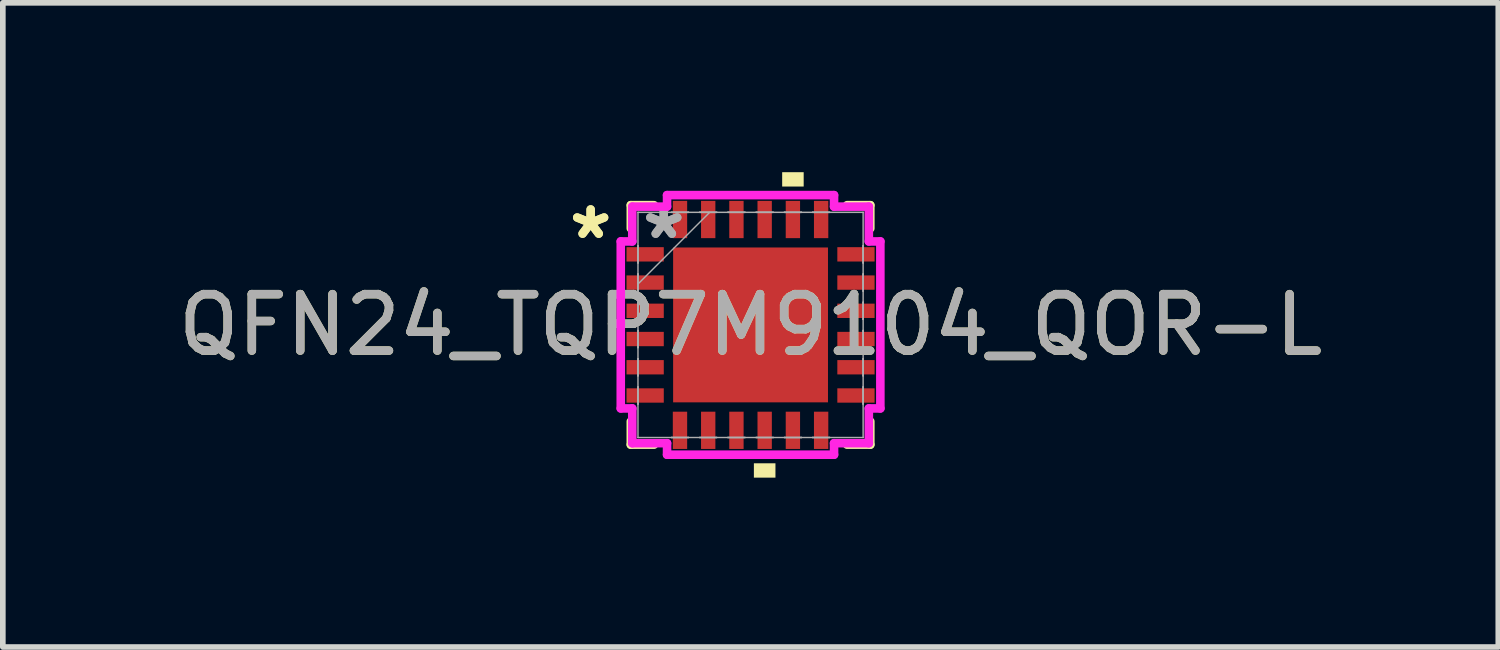
<source format=kicad_pcb>
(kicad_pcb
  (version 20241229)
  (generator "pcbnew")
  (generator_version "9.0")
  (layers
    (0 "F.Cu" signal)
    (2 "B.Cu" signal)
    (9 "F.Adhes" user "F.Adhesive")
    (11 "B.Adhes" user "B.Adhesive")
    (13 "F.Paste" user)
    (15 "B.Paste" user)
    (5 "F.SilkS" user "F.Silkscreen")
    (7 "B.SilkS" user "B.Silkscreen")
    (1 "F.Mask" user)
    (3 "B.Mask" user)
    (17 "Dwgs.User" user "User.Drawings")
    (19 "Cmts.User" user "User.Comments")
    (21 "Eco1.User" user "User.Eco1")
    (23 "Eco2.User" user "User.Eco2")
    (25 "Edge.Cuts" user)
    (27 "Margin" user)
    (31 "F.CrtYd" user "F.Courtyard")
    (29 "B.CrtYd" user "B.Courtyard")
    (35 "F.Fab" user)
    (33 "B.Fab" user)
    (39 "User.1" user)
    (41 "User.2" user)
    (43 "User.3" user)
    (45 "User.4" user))
  (footprint "QFN24_TQP7M9104_QOR-L"
    (layer "F.Cu")
    (at 10.244 2.705)
    (property "Reference" "QFN24_TQP7M9104_QOR-L" (at 0 0 0) (unlocked yes) (layer "F.SilkS") (effects (font (size 1 1) (thickness 0.15))))
    (attr smd)
    (fp_line (start -2.121 -2.121) (end -2.121 -1.71) (stroke (width 0.152) (type solid)) (layer "F.SilkS"))
    (fp_line (start -2.121 1.71) (end -2.121 2.121) (stroke (width 0.152) (type solid)) (layer "F.SilkS"))
    (fp_line (start -2.121 2.121) (end -1.71 2.121) (stroke (width 0.152) (type solid)) (layer "F.SilkS"))
    (fp_line (start -1.71 -2.121) (end -2.121 -2.121) (stroke (width 0.152) (type solid)) (layer "F.SilkS"))
    (fp_line (start 1.71 2.121) (end 2.121 2.121) (stroke (width 0.152) (type solid)) (layer "F.SilkS"))
    (fp_line (start 2.121 -2.121) (end 1.71 -2.121) (stroke (width 0.152) (type solid)) (layer "F.SilkS"))
    (fp_line (start 2.121 -1.71) (end 2.121 -2.121) (stroke (width 0.152) (type solid)) (layer "F.SilkS"))
    (fp_line (start 2.121 2.121) (end 2.121 1.71) (stroke (width 0.152) (type solid)) (layer "F.SilkS"))
    (fp_poly (pts (xy 0.059 2.451) (xy 0.059 2.705) (xy 0.441 2.705) (xy 0.441 2.451)) (stroke (width 0) (type solid)) (fill yes) (layer "F.SilkS"))
    (fp_poly (pts (xy 0.56 -2.451) (xy 0.56 -2.705) (xy 0.941 -2.705) (xy 0.941 -2.451)) (stroke (width 0) (type solid)) (fill yes) (layer "F.SilkS"))
    (fp_poly (pts (xy -1.272 -1.272) (xy -1.272 -0.1) (xy -0.1 -0.1) (xy -0.1 -1.272)) (stroke (width 0) (type solid)) (fill yes) (layer "F.Paste"))
    (fp_poly (pts (xy -1.272 0.1) (xy -1.272 1.272) (xy -0.1 1.272) (xy -0.1 0.1)) (stroke (width 0) (type solid)) (fill yes) (layer "F.Paste"))
    (fp_poly (pts (xy 0.1 -1.272) (xy 0.1 -0.1) (xy 1.272 -0.1) (xy 1.272 -1.272)) (stroke (width 0) (type solid)) (fill yes) (layer "F.Paste"))
    (fp_poly (pts (xy 0.1 0.1) (xy 0.1 1.272) (xy 1.272 1.272) (xy 1.272 0.1)) (stroke (width 0) (type solid)) (fill yes) (layer "F.Paste"))
    (fp_line (start -2.299 -1.479) (end -2.095 -1.479) (stroke (width 0.152) (type solid)) (layer "F.CrtYd"))
    (fp_line (start -2.299 1.479) (end -2.299 -1.479) (stroke (width 0.152) (type solid)) (layer "F.CrtYd"))
    (fp_line (start -2.095 -2.095) (end -1.479 -2.095) (stroke (width 0.152) (type solid)) (layer "F.CrtYd"))
    (fp_line (start -2.095 -1.479) (end -2.095 -2.095) (stroke (width 0.152) (type solid)) (layer "F.CrtYd"))
    (fp_line (start -2.095 1.479) (end -2.299 1.479) (stroke (width 0.152) (type solid)) (layer "F.CrtYd"))
    (fp_line (start -2.095 2.095) (end -2.095 1.479) (stroke (width 0.152) (type solid)) (layer "F.CrtYd"))
    (fp_line (start -1.479 -2.299) (end 1.479 -2.299) (stroke (width 0.152) (type solid)) (layer "F.CrtYd"))
    (fp_line (start -1.479 -2.095) (end -1.479 -2.299) (stroke (width 0.152) (type solid)) (layer "F.CrtYd"))
    (fp_line (start -1.479 2.095) (end -2.095 2.095) (stroke (width 0.152) (type solid)) (layer "F.CrtYd"))
    (fp_line (start -1.479 2.299) (end -1.479 2.095) (stroke (width 0.152) (type solid)) (layer "F.CrtYd"))
    (fp_line (start 1.479 -2.299) (end 1.479 -2.095) (stroke (width 0.152) (type solid)) (layer "F.CrtYd"))
    (fp_line (start 1.479 -2.095) (end 2.095 -2.095) (stroke (width 0.152) (type solid)) (layer "F.CrtYd"))
    (fp_line (start 1.479 2.095) (end 1.479 2.299) (stroke (width 0.152) (type solid)) (layer "F.CrtYd"))
    (fp_line (start 1.479 2.299) (end -1.479 2.299) (stroke (width 0.152) (type solid)) (layer "F.CrtYd"))
    (fp_line (start 2.095 -2.095) (end 2.095 -1.479) (stroke (width 0.152) (type solid)) (layer "F.CrtYd"))
    (fp_line (start 2.095 -1.479) (end 2.299 -1.479) (stroke (width 0.152) (type solid)) (layer "F.CrtYd"))
    (fp_line (start 2.095 1.479) (end 2.095 2.095) (stroke (width 0.152) (type solid)) (layer "F.CrtYd"))
    (fp_line (start 2.095 2.095) (end 1.479 2.095) (stroke (width 0.152) (type solid)) (layer "F.CrtYd"))
    (fp_line (start 2.299 -1.479) (end 2.299 1.479) (stroke (width 0.152) (type solid)) (layer "F.CrtYd"))
    (fp_line (start 2.299 1.479) (end 2.095 1.479) (stroke (width 0.152) (type solid)) (layer "F.CrtYd"))
    (fp_line (start -1.994 -1.994) (end -1.994 -1.994) (stroke (width 0.025) (type solid)) (layer "F.Fab"))
    (fp_line (start -1.994 -1.994) (end -1.994 1.994) (stroke (width 0.025) (type solid)) (layer "F.Fab"))
    (fp_line (start -1.994 -1.402) (end -1.994 -1.402) (stroke (width 0.025) (type solid)) (layer "F.Fab"))
    (fp_line (start -1.994 -1.402) (end -1.994 -1.098) (stroke (width 0.025) (type solid)) (layer "F.Fab"))
    (fp_line (start -1.994 -1.098) (end -1.994 -1.402) (stroke (width 0.025) (type solid)) (layer "F.Fab"))
    (fp_line (start -1.994 -1.098) (end -1.994 -1.098) (stroke (width 0.025) (type solid)) (layer "F.Fab"))
    (fp_line (start -1.994 -0.902) (end -1.994 -0.902) (stroke (width 0.025) (type solid)) (layer "F.Fab"))
    (fp_line (start -1.994 -0.902) (end -1.994 -0.598) (stroke (width 0.025) (type solid)) (layer "F.Fab"))
    (fp_line (start -1.994 -0.724) (end -0.724 -1.994) (stroke (width 0.025) (type solid)) (layer "F.Fab"))
    (fp_line (start -1.994 -0.598) (end -1.994 -0.902) (stroke (width 0.025) (type solid)) (layer "F.Fab"))
    (fp_line (start -1.994 -0.598) (end -1.994 -0.598) (stroke (width 0.025) (type solid)) (layer "F.Fab"))
    (fp_line (start -1.994 -0.402) (end -1.994 -0.402) (stroke (width 0.025) (type solid)) (layer "F.Fab"))
    (fp_line (start -1.994 -0.402) (end -1.994 -0.098) (stroke (width 0.025) (type solid)) (layer "F.Fab"))
    (fp_line (start -1.994 -0.098) (end -1.994 -0.402) (stroke (width 0.025) (type solid)) (layer "F.Fab"))
    (fp_line (start -1.994 -0.098) (end -1.994 -0.098) (stroke (width 0.025) (type solid)) (layer "F.Fab"))
    (fp_line (start -1.994 0.098) (end -1.994 0.098) (stroke (width 0.025) (type solid)) (layer "F.Fab"))
    (fp_line (start -1.994 0.098) (end -1.994 0.402) (stroke (width 0.025) (type solid)) (layer "F.Fab"))
    (fp_line (start -1.994 0.402) (end -1.994 0.098) (stroke (width 0.025) (type solid)) (layer "F.Fab"))
    (fp_line (start -1.994 0.402) (end -1.994 0.402) (stroke (width 0.025) (type solid)) (layer "F.Fab"))
    (fp_line (start -1.994 0.598) (end -1.994 0.598) (stroke (width 0.025) (type solid)) (layer "F.Fab"))
    (fp_line (start -1.994 0.598) (end -1.994 0.902) (stroke (width 0.025) (type solid)) (layer "F.Fab"))
    (fp_line (start -1.994 0.902) (end -1.994 0.598) (stroke (width 0.025) (type solid)) (layer "F.Fab"))
    (fp_line (start -1.994 0.902) (end -1.994 0.902) (stroke (width 0.025) (type solid)) (layer "F.Fab"))
    (fp_line (start -1.994 1.098) (end -1.994 1.098) (stroke (width 0.025) (type solid)) (layer "F.Fab"))
    (fp_line (start -1.994 1.098) (end -1.994 1.402) (stroke (width 0.025) (type solid)) (layer "F.Fab"))
    (fp_line (start -1.994 1.402) (end -1.994 1.098) (stroke (width 0.025) (type solid)) (layer "F.Fab"))
    (fp_line (start -1.994 1.402) (end -1.994 1.402) (stroke (width 0.025) (type solid)) (layer "F.Fab"))
    (fp_line (start -1.994 1.994) (end -1.994 1.994) (stroke (width 0.025) (type solid)) (layer "F.Fab"))
    (fp_line (start -1.994 1.994) (end 1.994 1.994) (stroke (width 0.025) (type solid)) (layer "F.Fab"))
    (fp_line (start -1.402 -1.994) (end -1.402 -1.994) (stroke (width 0.025) (type solid)) (layer "F.Fab"))
    (fp_line (start -1.402 -1.994) (end -1.098 -1.994) (stroke (width 0.025) (type solid)) (layer "F.Fab"))
    (fp_line (start -1.402 1.994) (end -1.402 1.994) (stroke (width 0.025) (type solid)) (layer "F.Fab"))
    (fp_line (start -1.402 1.994) (end -1.098 1.994) (stroke (width 0.025) (type solid)) (layer "F.Fab"))
    (fp_line (start -1.098 -1.994) (end -1.402 -1.994) (stroke (width 0.025) (type solid)) (layer "F.Fab"))
    (fp_line (start -1.098 -1.994) (end -1.098 -1.994) (stroke (width 0.025) (type solid)) (layer "F.Fab"))
    (fp_line (start -1.098 1.994) (end -1.402 1.994) (stroke (width 0.025) (type solid)) (layer "F.Fab"))
    (fp_line (start -1.098 1.994) (end -1.098 1.994) (stroke (width 0.025) (type solid)) (layer "F.Fab"))
    (fp_line (start -0.902 -1.994) (end -0.902 -1.994) (stroke (width 0.025) (type solid)) (layer "F.Fab"))
    (fp_line (start -0.902 -1.994) (end -0.598 -1.994) (stroke (width 0.025) (type solid)) (layer "F.Fab"))
    (fp_line (start -0.902 1.994) (end -0.902 1.994) (stroke (width 0.025) (type solid)) (layer "F.Fab"))
    (fp_line (start -0.902 1.994) (end -0.598 1.994) (stroke (width 0.025) (type solid)) (layer "F.Fab"))
    (fp_line (start -0.598 -1.994) (end -0.902 -1.994) (stroke (width 0.025) (type solid)) (layer "F.Fab"))
    (fp_line (start -0.598 -1.994) (end -0.598 -1.994) (stroke (width 0.025) (type solid)) (layer "F.Fab"))
    (fp_line (start -0.598 1.994) (end -0.902 1.994) (stroke (width 0.025) (type solid)) (layer "F.Fab"))
    (fp_line (start -0.598 1.994) (end -0.598 1.994) (stroke (width 0.025) (type solid)) (layer "F.Fab"))
    (fp_line (start -0.402 -1.994) (end -0.402 -1.994) (stroke (width 0.025) (type solid)) (layer "F.Fab"))
    (fp_line (start -0.402 -1.994) (end -0.098 -1.994) (stroke (width 0.025) (type solid)) (layer "F.Fab"))
    (fp_line (start -0.402 1.994) (end -0.402 1.994) (stroke (width 0.025) (type solid)) (layer "F.Fab"))
    (fp_line (start -0.402 1.994) (end -0.098 1.994) (stroke (width 0.025) (type solid)) (layer "F.Fab"))
    (fp_line (start -0.098 -1.994) (end -0.402 -1.994) (stroke (width 0.025) (type solid)) (layer "F.Fab"))
    (fp_line (start -0.098 -1.994) (end -0.098 -1.994) (stroke (width 0.025) (type solid)) (layer "F.Fab"))
    (fp_line (start -0.098 1.994) (end -0.402 1.994) (stroke (width 0.025) (type solid)) (layer "F.Fab"))
    (fp_line (start -0.098 1.994) (end -0.098 1.994) (stroke (width 0.025) (type solid)) (layer "F.Fab"))
    (fp_line (start 0.098 -1.994) (end 0.098 -1.994) (stroke (width 0.025) (type solid)) (layer "F.Fab"))
    (fp_line (start 0.098 -1.994) (end 0.402 -1.994) (stroke (width 0.025) (type solid)) (layer "F.Fab"))
    (fp_line (start 0.098 1.994) (end 0.098 1.994) (stroke (width 0.025) (type solid)) (layer "F.Fab"))
    (fp_line (start 0.098 1.994) (end 0.402 1.994) (stroke (width 0.025) (type solid)) (layer "F.Fab"))
    (fp_line (start 0.402 -1.994) (end 0.098 -1.994) (stroke (width 0.025) (type solid)) (layer "F.Fab"))
    (fp_line (start 0.402 -1.994) (end 0.402 -1.994) (stroke (width 0.025) (type solid)) (layer "F.Fab"))
    (fp_line (start 0.402 1.994) (end 0.098 1.994) (stroke (width 0.025) (type solid)) (layer "F.Fab"))
    (fp_line (start 0.402 1.994) (end 0.402 1.994) (stroke (width 0.025) (type solid)) (layer "F.Fab"))
    (fp_line (start 0.598 -1.994) (end 0.598 -1.994) (stroke (width 0.025) (type solid)) (layer "F.Fab"))
    (fp_line (start 0.598 -1.994) (end 0.902 -1.994) (stroke (width 0.025) (type solid)) (layer "F.Fab"))
    (fp_line (start 0.598 1.994) (end 0.598 1.994) (stroke (width 0.025) (type solid)) (layer "F.Fab"))
    (fp_line (start 0.598 1.994) (end 0.902 1.994) (stroke (width 0.025) (type solid)) (layer "F.Fab"))
    (fp_line (start 0.902 -1.994) (end 0.598 -1.994) (stroke (width 0.025) (type solid)) (layer "F.Fab"))
    (fp_line (start 0.902 -1.994) (end 0.902 -1.994) (stroke (width 0.025) (type solid)) (layer "F.Fab"))
    (fp_line (start 0.902 1.994) (end 0.598 1.994) (stroke (width 0.025) (type solid)) (layer "F.Fab"))
    (fp_line (start 0.902 1.994) (end 0.902 1.994) (stroke (width 0.025) (type solid)) (layer "F.Fab"))
    (fp_line (start 1.098 -1.994) (end 1.098 -1.994) (stroke (width 0.025) (type solid)) (layer "F.Fab"))
    (fp_line (start 1.098 -1.994) (end 1.402 -1.994) (stroke (width 0.025) (type solid)) (layer "F.Fab"))
    (fp_line (start 1.098 1.994) (end 1.098 1.994) (stroke (width 0.025) (type solid)) (layer "F.Fab"))
    (fp_line (start 1.098 1.994) (end 1.402 1.994) (stroke (width 0.025) (type solid)) (layer "F.Fab"))
    (fp_line (start 1.402 -1.994) (end 1.098 -1.994) (stroke (width 0.025) (type solid)) (layer "F.Fab"))
    (fp_line (start 1.402 -1.994) (end 1.402 -1.994) (stroke (width 0.025) (type solid)) (layer "F.Fab"))
    (fp_line (start 1.402 1.994) (end 1.098 1.994) (stroke (width 0.025) (type solid)) (layer "F.Fab"))
    (fp_line (start 1.402 1.994) (end 1.402 1.994) (stroke (width 0.025) (type solid)) (layer "F.Fab"))
    (fp_line (start 1.994 -1.994) (end -1.994 -1.994) (stroke (width 0.025) (type solid)) (layer "F.Fab"))
    (fp_line (start 1.994 -1.994) (end 1.994 -1.994) (stroke (width 0.025) (type solid)) (layer "F.Fab"))
    (fp_line (start 1.994 -1.402) (end 1.994 -1.402) (stroke (width 0.025) (type solid)) (layer "F.Fab"))
    (fp_line (start 1.994 -1.402) (end 1.994 -1.098) (stroke (width 0.025) (type solid)) (layer "F.Fab"))
    (fp_line (start 1.994 -1.098) (end 1.994 -1.402) (stroke (width 0.025) (type solid)) (layer "F.Fab"))
    (fp_line (start 1.994 -1.098) (end 1.994 -1.098) (stroke (width 0.025) (type solid)) (layer "F.Fab"))
    (fp_line (start 1.994 -0.902) (end 1.994 -0.902) (stroke (width 0.025) (type solid)) (layer "F.Fab"))
    (fp_line (start 1.994 -0.902) (end 1.994 -0.598) (stroke (width 0.025) (type solid)) (layer "F.Fab"))
    (fp_line (start 1.994 -0.598) (end 1.994 -0.902) (stroke (width 0.025) (type solid)) (layer "F.Fab"))
    (fp_line (start 1.994 -0.598) (end 1.994 -0.598) (stroke (width 0.025) (type solid)) (layer "F.Fab"))
    (fp_line (start 1.994 -0.402) (end 1.994 -0.402) (stroke (width 0.025) (type solid)) (layer "F.Fab"))
    (fp_line (start 1.994 -0.402) (end 1.994 -0.098) (stroke (width 0.025) (type solid)) (layer "F.Fab"))
    (fp_line (start 1.994 -0.098) (end 1.994 -0.402) (stroke (width 0.025) (type solid)) (layer "F.Fab"))
    (fp_line (start 1.994 -0.098) (end 1.994 -0.098) (stroke (width 0.025) (type solid)) (layer "F.Fab"))
    (fp_line (start 1.994 0.098) (end 1.994 0.098) (stroke (width 0.025) (type solid)) (layer "F.Fab"))
    (fp_line (start 1.994 0.098) (end 1.994 0.402) (stroke (width 0.025) (type solid)) (layer "F.Fab"))
    (fp_line (start 1.994 0.402) (end 1.994 0.098) (stroke (width 0.025) (type solid)) (layer "F.Fab"))
    (fp_line (start 1.994 0.402) (end 1.994 0.402) (stroke (width 0.025) (type solid)) (layer "F.Fab"))
    (fp_line (start 1.994 0.598) (end 1.994 0.598) (stroke (width 0.025) (type solid)) (layer "F.Fab"))
    (fp_line (start 1.994 0.598) (end 1.994 0.902) (stroke (width 0.025) (type solid)) (layer "F.Fab"))
    (fp_line (start 1.994 0.902) (end 1.994 0.598) (stroke (width 0.025) (type solid)) (layer "F.Fab"))
    (fp_line (start 1.994 0.902) (end 1.994 0.902) (stroke (width 0.025) (type solid)) (layer "F.Fab"))
    (fp_line (start 1.994 1.098) (end 1.994 1.098) (stroke (width 0.025) (type solid)) (layer "F.Fab"))
    (fp_line (start 1.994 1.098) (end 1.994 1.402) (stroke (width 0.025) (type solid)) (layer "F.Fab"))
    (fp_line (start 1.994 1.402) (end 1.994 1.098) (stroke (width 0.025) (type solid)) (layer "F.Fab"))
    (fp_line (start 1.994 1.402) (end 1.994 1.402) (stroke (width 0.025) (type solid)) (layer "F.Fab"))
    (fp_line (start 1.994 1.994) (end 1.994 -1.994) (stroke (width 0.025) (type solid)) (layer "F.Fab"))
    (fp_line (start 1.994 1.994) (end 1.994 1.994) (stroke (width 0.025) (type solid)) (layer "F.Fab"))
    (fp_text user "*" (at -2.832 -1.5 0) (unlocked yes) (layer "F.SilkS") (effects (font (size 1 1) (thickness 0.15))))
    (fp_text user "*" (at -2.832 -1.5 0) (layer "F.SilkS") (effects (font (size 1 1) (thickness 0.15))))
    (fp_text user "${REFERENCE}" (at 0 0 0) (unlocked yes) (layer "F.Fab") (effects (font (size 1 1) (thickness 0.15))))
    (fp_text user "*" (at -1.537 -1.5 0) (layer "F.Fab") (effects (font (size 1 1) (thickness 0.15))))
    (fp_text user "*" (at -1.537 -1.5 0) (unlocked yes) (layer "F.Fab") (effects (font (size 1 1) (thickness 0.15))))
    (pad "1" smd rect (at -1.867 -1.25 90) (size 0.254 0.66) (layers "F.Cu" "F.Mask" "F.Paste"))
    (pad "2" smd rect (at -1.867 -0.75 90) (size 0.254 0.66) (layers "F.Cu" "F.Mask" "F.Paste"))
    (pad "3" smd rect (at -1.867 -0.25 90) (size 0.254 0.66) (layers "F.Cu" "F.Mask" "F.Paste"))
    (pad "4" smd rect (at -1.867 0.25 90) (size 0.254 0.66) (layers "F.Cu" "F.Mask" "F.Paste"))
    (pad "5" smd rect (at -1.867 0.75 90) (size 0.254 0.66) (layers "F.Cu" "F.Mask" "F.Paste"))
    (pad "6" smd rect (at -1.867 1.25 90) (size 0.254 0.66) (layers "F.Cu" "F.Mask" "F.Paste"))
    (pad "7" smd rect (at -1.25 1.867) (size 0.254 0.66) (layers "F.Cu" "F.Mask" "F.Paste"))
    (pad "8" smd rect (at -0.75 1.867) (size 0.254 0.66) (layers "F.Cu" "F.Mask" "F.Paste"))
    (pad "9" smd rect (at -0.25 1.867) (size 0.254 0.66) (layers "F.Cu" "F.Mask" "F.Paste"))
    (pad "10" smd rect (at 0.25 1.867) (size 0.254 0.66) (layers "F.Cu" "F.Mask" "F.Paste"))
    (pad "11" smd rect (at 0.75 1.867) (size 0.254 0.66) (layers "F.Cu" "F.Mask" "F.Paste"))
    (pad "12" smd rect (at 1.25 1.867) (size 0.254 0.66) (layers "F.Cu" "F.Mask" "F.Paste"))
    (pad "13" smd rect (at 1.867 1.25 90) (size 0.254 0.66) (layers "F.Cu" "F.Mask" "F.Paste"))
    (pad "14" smd rect (at 1.867 0.75 90) (size 0.254 0.66) (layers "F.Cu" "F.Mask" "F.Paste"))
    (pad "15" smd rect (at 1.867 0.25 90) (size 0.254 0.66) (layers "F.Cu" "F.Mask" "F.Paste"))
    (pad "16" smd rect (at 1.867 -0.25 90) (size 0.254 0.66) (layers "F.Cu" "F.Mask" "F.Paste"))
    (pad "17" smd rect (at 1.867 -0.75 90) (size 0.254 0.66) (layers "F.Cu" "F.Mask" "F.Paste"))
    (pad "18" smd rect (at 1.867 -1.25 90) (size 0.254 0.66) (layers "F.Cu" "F.Mask" "F.Paste"))
    (pad "19" smd rect (at 1.25 -1.867) (size 0.254 0.66) (layers "F.Cu" "F.Mask" "F.Paste"))
    (pad "20" smd rect (at 0.75 -1.867) (size 0.254 0.66) (layers "F.Cu" "F.Mask" "F.Paste"))
    (pad "21" smd rect (at 0.25 -1.867) (size 0.254 0.66) (layers "F.Cu" "F.Mask" "F.Paste"))
    (pad "22" smd rect (at -0.25 -1.867) (size 0.254 0.66) (layers "F.Cu" "F.Mask" "F.Paste"))
    (pad "23" smd rect (at -0.75 -1.867) (size 0.254 0.66) (layers "F.Cu" "F.Mask" "F.Paste"))
    (pad "24" smd rect (at -1.25 -1.867) (size 0.254 0.66) (layers "F.Cu" "F.Mask" "F.Paste"))
    (pad "25" smd rect (at 0 0) (size 2.743 2.743) (layers "F.Cu" "F.Mask" "F.Paste")))
  (gr_rect
    (start -3 -3)
    (end 23.488 8.41)
    (stroke (width 0.1) (type default))
    (fill no)
    (layer "Edge.Cuts")))
</source>
